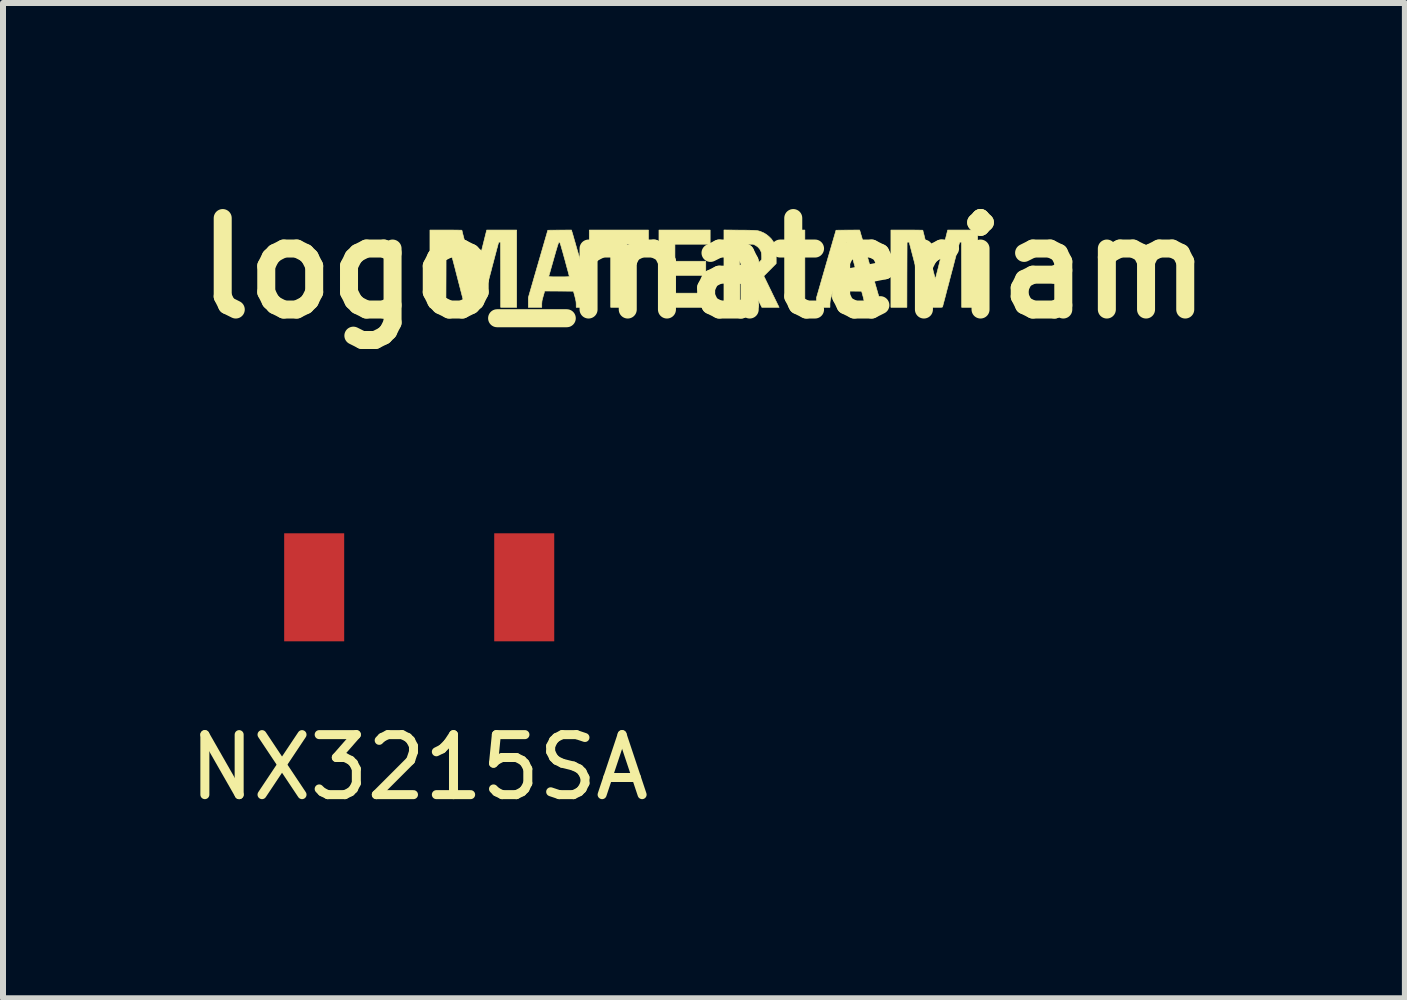
<source format=kicad_pcb>
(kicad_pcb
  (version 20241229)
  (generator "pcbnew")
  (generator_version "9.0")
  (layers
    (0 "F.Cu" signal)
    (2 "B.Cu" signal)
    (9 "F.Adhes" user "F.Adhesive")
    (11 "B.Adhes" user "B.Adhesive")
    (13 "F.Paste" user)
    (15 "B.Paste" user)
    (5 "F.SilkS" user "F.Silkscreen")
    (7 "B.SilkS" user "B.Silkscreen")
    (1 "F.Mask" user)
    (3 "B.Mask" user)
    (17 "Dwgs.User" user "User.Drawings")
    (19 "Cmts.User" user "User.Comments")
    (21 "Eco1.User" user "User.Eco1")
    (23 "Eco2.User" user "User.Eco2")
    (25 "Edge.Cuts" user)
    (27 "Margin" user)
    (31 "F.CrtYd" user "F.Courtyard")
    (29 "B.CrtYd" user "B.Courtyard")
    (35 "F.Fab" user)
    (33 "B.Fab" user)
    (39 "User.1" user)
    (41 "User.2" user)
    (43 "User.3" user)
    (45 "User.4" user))
  (footprint "NX3215SA"
    (layer "F.Cu")
    (at 3.935 6.736)
    (property "Reference" "NX3215SA" (at 0 3 0) (layer "F.SilkS") (effects (font (size 1 1) (thickness 0.15))))
    (attr through_hole)
    (pad "1" smd rect (at -1.75 0) (size 1 1.8) (layers "F.Cu" "F.Mask" "F.Paste"))
    (pad "2" smd rect (at 1.75 0) (size 1 1.8) (layers "F.Cu" "F.Mask" "F.Paste")))
  (footprint "logo_materiam"
    (layer "F.Cu")
    (at 8.68 1.418)
    (property "Reference" "logo_materiam" (at 0 0 0) (layer "F.SilkS") (effects (font (size 1.524 1.524) (thickness 0.3))))
    (attr through_hole)
    (fp_poly (pts (xy 1.681 0.653) (xy 1.415 0.653) (xy 1.415 -0.635) (xy 1.681 -0.635) (xy 1.681 0.653)) (stroke (width 0.01) (type solid)) (fill yes) (layer "F.SilkS"))
    (fp_poly (pts (xy -0.925 -0.399) (xy -1.288 -0.399) (xy -1.288 0.653) (xy -1.554 0.653) (xy -1.554 -0.399) (xy -1.911 -0.399) (xy -1.911 -0.635) (xy -0.925 -0.635) (xy -0.925 -0.399)) (stroke (width 0.01) (type solid)) (fill yes) (layer "F.SilkS"))
    (fp_poly (pts (xy 0.103 -0.399) (xy -0.484 -0.399) (xy -0.484 -0.115) (xy 0.03 -0.115) (xy 0.03 0.121) (xy -0.484 0.121) (xy -0.484 0.417) (xy 0.103 0.417) (xy 0.103 0.653) (xy -0.75 0.653) (xy -0.75 -0.635) (xy 0.103 -0.635) (xy 0.103 -0.399)) (stroke (width 0.01) (type solid)) (fill yes) (layer "F.SilkS"))
    (fp_poly (pts (xy 0.603 -0.633) (xy 0.671 -0.633) (xy 0.729 -0.632) (xy 0.777 -0.631) (xy 0.816 -0.63) (xy 0.849 -0.628) (xy 0.876 -0.626) (xy 0.899 -0.623) (xy 0.918 -0.618) (xy 0.936 -0.613) (xy 0.953 -0.606) (xy 0.971 -0.598) (xy 0.992 -0.589) (xy 0.998 -0.586) (xy 1.041 -0.56) (xy 1.083 -0.526) (xy 1.121 -0.488) (xy 1.151 -0.447) (xy 1.16 -0.431) (xy 1.175 -0.4) (xy 1.186 -0.37) (xy 1.194 -0.337) (xy 1.199 -0.299) (xy 1.202 -0.255) (xy 1.203 -0.202) (xy 1.203 -0.188) (xy 1.203 -0.076) (xy 0.997 0.131) (xy 1.098 0.339) (xy 1.122 0.388) (xy 1.145 0.436) (xy 1.167 0.481) (xy 1.187 0.522) (xy 1.204 0.556) (xy 1.217 0.583) (xy 1.225 0.6) (xy 1.252 0.653) (xy 0.965 0.653) (xy 0.848 0.42) (xy 0.732 0.187) (xy 0.599 0.187) (xy 0.599 0.653) (xy 0.333 0.653) (xy 0.333 -0.399) (xy 0.593 -0.399) (xy 0.593 -0.048) (xy 0.868 -0.048) (xy 0.915 -0.095) (xy 0.962 -0.142) (xy 0.962 -0.194) (xy 0.96 -0.225) (xy 0.957 -0.254) (xy 0.952 -0.273) (xy 0.932 -0.313) (xy 0.903 -0.348) (xy 0.866 -0.376) (xy 0.86 -0.379) (xy 0.821 -0.399) (xy 0.593 -0.399) (xy 0.333 -0.399) (xy 0.333 -0.636) (xy 0.603 -0.633)) (stroke (width 0.01) (type solid)) (fill yes) (layer "F.SilkS"))
    (fp_poly (pts (xy -2.202 -0.615) (xy -2.2 -0.607) (xy -2.194 -0.588) (xy -2.185 -0.558) (xy -2.174 -0.52) (xy -2.161 -0.473) (xy -2.145 -0.419) (xy -2.128 -0.358) (xy -2.109 -0.292) (xy -2.088 -0.221) (xy -2.066 -0.145) (xy -2.044 -0.067) (xy -2.038 -0.048) (xy -1.881 0.499) (xy -1.881 0.653) (xy -2.129 0.653) (xy -2.129 0.603) (xy -2.13 0.577) (xy -2.133 0.551) (xy -2.139 0.522) (xy -2.148 0.485) (xy -2.152 0.469) (xy -2.175 0.384) (xy -2.415 0.382) (xy -2.655 0.381) (xy -2.663 0.413) (xy -2.669 0.434) (xy -2.677 0.461) (xy -2.685 0.49) (xy -2.688 0.499) (xy -2.699 0.546) (xy -2.703 0.591) (xy -2.703 0.603) (xy -2.703 0.653) (xy -2.927 0.653) (xy -2.927 0.492) (xy -2.825 0.138) (xy -2.587 0.138) (xy -2.585 0.14) (xy -2.578 0.142) (xy -2.564 0.143) (xy -2.542 0.144) (xy -2.511 0.145) (xy -2.47 0.145) (xy -2.418 0.145) (xy -2.417 0.145) (xy -2.364 0.145) (xy -2.323 0.145) (xy -2.291 0.144) (xy -2.268 0.143) (xy -2.254 0.142) (xy -2.246 0.14) (xy -2.244 0.138) (xy -2.246 0.13) (xy -2.25 0.113) (xy -2.257 0.086) (xy -2.266 0.051) (xy -2.278 0.008) (xy -2.291 -0.04) (xy -2.305 -0.092) (xy -2.32 -0.149) (xy -2.321 -0.151) (xy -2.339 -0.216) (xy -2.354 -0.271) (xy -2.367 -0.315) (xy -2.377 -0.351) (xy -2.385 -0.379) (xy -2.392 -0.4) (xy -2.397 -0.415) (xy -2.402 -0.425) (xy -2.405 -0.431) (xy -2.409 -0.434) (xy -2.411 -0.434) (xy -2.414 -0.434) (xy -2.417 -0.432) (xy -2.42 -0.426) (xy -2.425 -0.417) (xy -2.43 -0.403) (xy -2.437 -0.383) (xy -2.445 -0.357) (xy -2.455 -0.323) (xy -2.468 -0.28) (xy -2.483 -0.227) (xy -2.501 -0.164) (xy -2.504 -0.153) (xy -2.52 -0.097) (xy -2.535 -0.044) (xy -2.549 0.005) (xy -2.561 0.048) (xy -2.571 0.083) (xy -2.579 0.111) (xy -2.585 0.129) (xy -2.587 0.137) (xy -2.587 0.138) (xy -2.825 0.138) (xy -2.602 -0.632) (xy -2.405 -0.634) (xy -2.208 -0.635) (xy -2.202 -0.615)) (stroke (width 0.01) (type solid)) (fill yes) (layer "F.SilkS"))
    (fp_poly (pts (xy 2.6 -0.615) (xy 2.602 -0.607) (xy 2.608 -0.588) (xy 2.616 -0.558) (xy 2.628 -0.52) (xy 2.641 -0.473) (xy 2.657 -0.419) (xy 2.674 -0.358) (xy 2.693 -0.292) (xy 2.714 -0.221) (xy 2.736 -0.145) (xy 2.758 -0.067) (xy 2.763 -0.048) (xy 2.921 0.499) (xy 2.921 0.653) (xy 2.673 0.653) (xy 2.673 0.603) (xy 2.672 0.577) (xy 2.669 0.551) (xy 2.663 0.522) (xy 2.654 0.485) (xy 2.65 0.469) (xy 2.626 0.384) (xy 2.387 0.382) (xy 2.147 0.381) (xy 2.138 0.413) (xy 2.132 0.434) (xy 2.125 0.461) (xy 2.116 0.49) (xy 2.114 0.499) (xy 2.103 0.546) (xy 2.099 0.591) (xy 2.099 0.603) (xy 2.099 0.653) (xy 1.875 0.653) (xy 1.875 0.492) (xy 1.977 0.138) (xy 2.215 0.138) (xy 2.216 0.14) (xy 2.224 0.142) (xy 2.238 0.143) (xy 2.26 0.144) (xy 2.291 0.145) (xy 2.332 0.145) (xy 2.384 0.145) (xy 2.385 0.145) (xy 2.438 0.145) (xy 2.479 0.145) (xy 2.511 0.144) (xy 2.533 0.143) (xy 2.548 0.142) (xy 2.556 0.14) (xy 2.558 0.138) (xy 2.556 0.13) (xy 2.552 0.113) (xy 2.545 0.086) (xy 2.535 0.051) (xy 2.524 0.008) (xy 2.511 -0.04) (xy 2.497 -0.092) (xy 2.481 -0.149) (xy 2.481 -0.151) (xy 2.463 -0.216) (xy 2.448 -0.271) (xy 2.435 -0.315) (xy 2.425 -0.351) (xy 2.417 -0.379) (xy 2.41 -0.4) (xy 2.404 -0.415) (xy 2.4 -0.425) (xy 2.396 -0.431) (xy 2.393 -0.434) (xy 2.391 -0.434) (xy 2.388 -0.434) (xy 2.385 -0.432) (xy 2.381 -0.426) (xy 2.377 -0.417) (xy 2.372 -0.403) (xy 2.365 -0.383) (xy 2.357 -0.357) (xy 2.347 -0.323) (xy 2.334 -0.28) (xy 2.319 -0.227) (xy 2.301 -0.164) (xy 2.298 -0.153) (xy 2.282 -0.097) (xy 2.267 -0.044) (xy 2.253 0.005) (xy 2.241 0.048) (xy 2.231 0.083) (xy 2.223 0.111) (xy 2.217 0.129) (xy 2.215 0.137) (xy 2.215 0.138) (xy 1.977 0.138) (xy 2.037 -0.07) (xy 2.2 -0.632) (xy 2.397 -0.634) (xy 2.593 -0.635) (xy 2.6 -0.615)) (stroke (width 0.01) (type solid)) (fill yes) (layer "F.SilkS"))
    (fp_poly (pts (xy 3.436 -0.635) (xy 3.488 -0.635) (xy 3.534 -0.634) (xy 3.574 -0.634) (xy 3.606 -0.633) (xy 3.63 -0.633) (xy 3.644 -0.632) (xy 3.647 -0.631) (xy 3.648 -0.625) (xy 3.652 -0.608) (xy 3.659 -0.581) (xy 3.668 -0.547) (xy 3.678 -0.505) (xy 3.69 -0.458) (xy 3.704 -0.405) (xy 3.718 -0.349) (xy 3.733 -0.291) (xy 3.748 -0.232) (xy 3.763 -0.172) (xy 3.778 -0.113) (xy 3.793 -0.057) (xy 3.807 -0.004) (xy 3.819 0.045) (xy 3.83 0.088) (xy 3.84 0.124) (xy 3.847 0.152) (xy 3.852 0.171) (xy 3.855 0.179) (xy 3.855 0.18) (xy 3.857 0.174) (xy 3.861 0.158) (xy 3.868 0.132) (xy 3.877 0.097) (xy 3.888 0.054) (xy 3.901 0.004) (xy 3.915 -0.052) (xy 3.93 -0.113) (xy 3.947 -0.179) (xy 3.959 -0.227) (xy 4.061 -0.635) (xy 4.56 -0.635) (xy 4.56 0.653) (xy 4.294 0.653) (xy 4.291 -0.432) (xy 4.277 -0.434) (xy 4.264 -0.432) (xy 4.258 -0.422) (xy 4.255 -0.414) (xy 4.25 -0.396) (xy 4.242 -0.367) (xy 4.232 -0.329) (xy 4.22 -0.283) (xy 4.205 -0.23) (xy 4.189 -0.17) (xy 4.172 -0.104) (xy 4.154 -0.034) (xy 4.134 0.041) (xy 4.115 0.112) (xy 4.095 0.189) (xy 4.076 0.263) (xy 4.057 0.333) (xy 4.04 0.398) (xy 4.025 0.457) (xy 4.011 0.51) (xy 3.999 0.555) (xy 3.989 0.591) (xy 3.982 0.619) (xy 3.978 0.636) (xy 3.976 0.643) (xy 3.974 0.646) (xy 3.97 0.649) (xy 3.962 0.651) (xy 3.949 0.652) (xy 3.929 0.652) (xy 3.9 0.652) (xy 3.862 0.652) (xy 3.836 0.652) (xy 3.699 0.65) (xy 3.562 0.116) (xy 3.542 0.038) (xy 3.522 -0.037) (xy 3.504 -0.108) (xy 3.487 -0.174) (xy 3.471 -0.234) (xy 3.457 -0.288) (xy 3.445 -0.334) (xy 3.435 -0.372) (xy 3.428 -0.4) (xy 3.423 -0.419) (xy 3.421 -0.427) (xy 3.42 -0.427) (xy 3.412 -0.434) (xy 3.4 -0.434) (xy 3.384 -0.432) (xy 3.382 0.11) (xy 3.381 0.653) (xy 3.115 0.653) (xy 3.115 -0.635) (xy 3.381 -0.635) (xy 3.436 -0.635)) (stroke (width 0.01) (type solid)) (fill yes) (layer "F.SilkS"))
    (fp_poly (pts (xy -4.244 -0.635) (xy -4.193 -0.635) (xy -4.147 -0.634) (xy -4.107 -0.634) (xy -4.074 -0.633) (xy -4.05 -0.633) (xy -4.037 -0.632) (xy -4.034 -0.631) (xy -4.032 -0.625) (xy -4.028 -0.608) (xy -4.022 -0.581) (xy -4.013 -0.547) (xy -4.002 -0.505) (xy -3.99 -0.458) (xy -3.977 -0.405) (xy -3.963 -0.349) (xy -3.948 -0.291) (xy -3.932 -0.232) (xy -3.917 -0.172) (xy -3.902 -0.113) (xy -3.888 -0.057) (xy -3.874 -0.004) (xy -3.861 0.045) (xy -3.85 0.088) (xy -3.841 0.124) (xy -3.833 0.152) (xy -3.828 0.171) (xy -3.826 0.179) (xy -3.826 0.18) (xy -3.824 0.174) (xy -3.82 0.158) (xy -3.813 0.132) (xy -3.804 0.097) (xy -3.793 0.054) (xy -3.78 0.004) (xy -3.766 -0.052) (xy -3.75 -0.113) (xy -3.734 -0.179) (xy -3.722 -0.227) (xy -3.62 -0.635) (xy -3.121 -0.635) (xy -3.121 0.653) (xy -3.387 0.653) (xy -3.388 0.11) (xy -3.39 -0.432) (xy -3.403 -0.434) (xy -3.416 -0.432) (xy -3.423 -0.422) (xy -3.425 -0.414) (xy -3.431 -0.396) (xy -3.438 -0.367) (xy -3.449 -0.329) (xy -3.461 -0.283) (xy -3.475 -0.23) (xy -3.491 -0.17) (xy -3.508 -0.104) (xy -3.527 -0.034) (xy -3.546 0.041) (xy -3.565 0.112) (xy -3.585 0.189) (xy -3.605 0.263) (xy -3.623 0.333) (xy -3.64 0.398) (xy -3.656 0.457) (xy -3.669 0.51) (xy -3.681 0.555) (xy -3.691 0.591) (xy -3.698 0.619) (xy -3.703 0.636) (xy -3.705 0.643) (xy -3.707 0.646) (xy -3.711 0.649) (xy -3.719 0.651) (xy -3.732 0.652) (xy -3.752 0.652) (xy -3.78 0.652) (xy -3.818 0.652) (xy -3.845 0.652) (xy -3.981 0.65) (xy -4.119 0.116) (xy -4.139 0.038) (xy -4.158 -0.037) (xy -4.177 -0.108) (xy -4.194 -0.174) (xy -4.209 -0.234) (xy -4.223 -0.288) (xy -4.235 -0.334) (xy -4.245 -0.372) (xy -4.253 -0.4) (xy -4.258 -0.419) (xy -4.26 -0.427) (xy -4.26 -0.427) (xy -4.269 -0.434) (xy -4.28 -0.434) (xy -4.297 -0.432) (xy -4.298 0.11) (xy -4.3 0.653) (xy -4.566 0.653) (xy -4.566 -0.635) (xy -4.3 -0.635) (xy -4.244 -0.635)) (stroke (width 0.01) (type solid)) (fill yes) (layer "F.SilkS")))
  (gr_rect
    (start -3 -3)
    (end 20.359 13.584)
    (stroke (width 0.1) (type default))
    (fill no)
    (layer "Edge.Cuts")))
</source>
